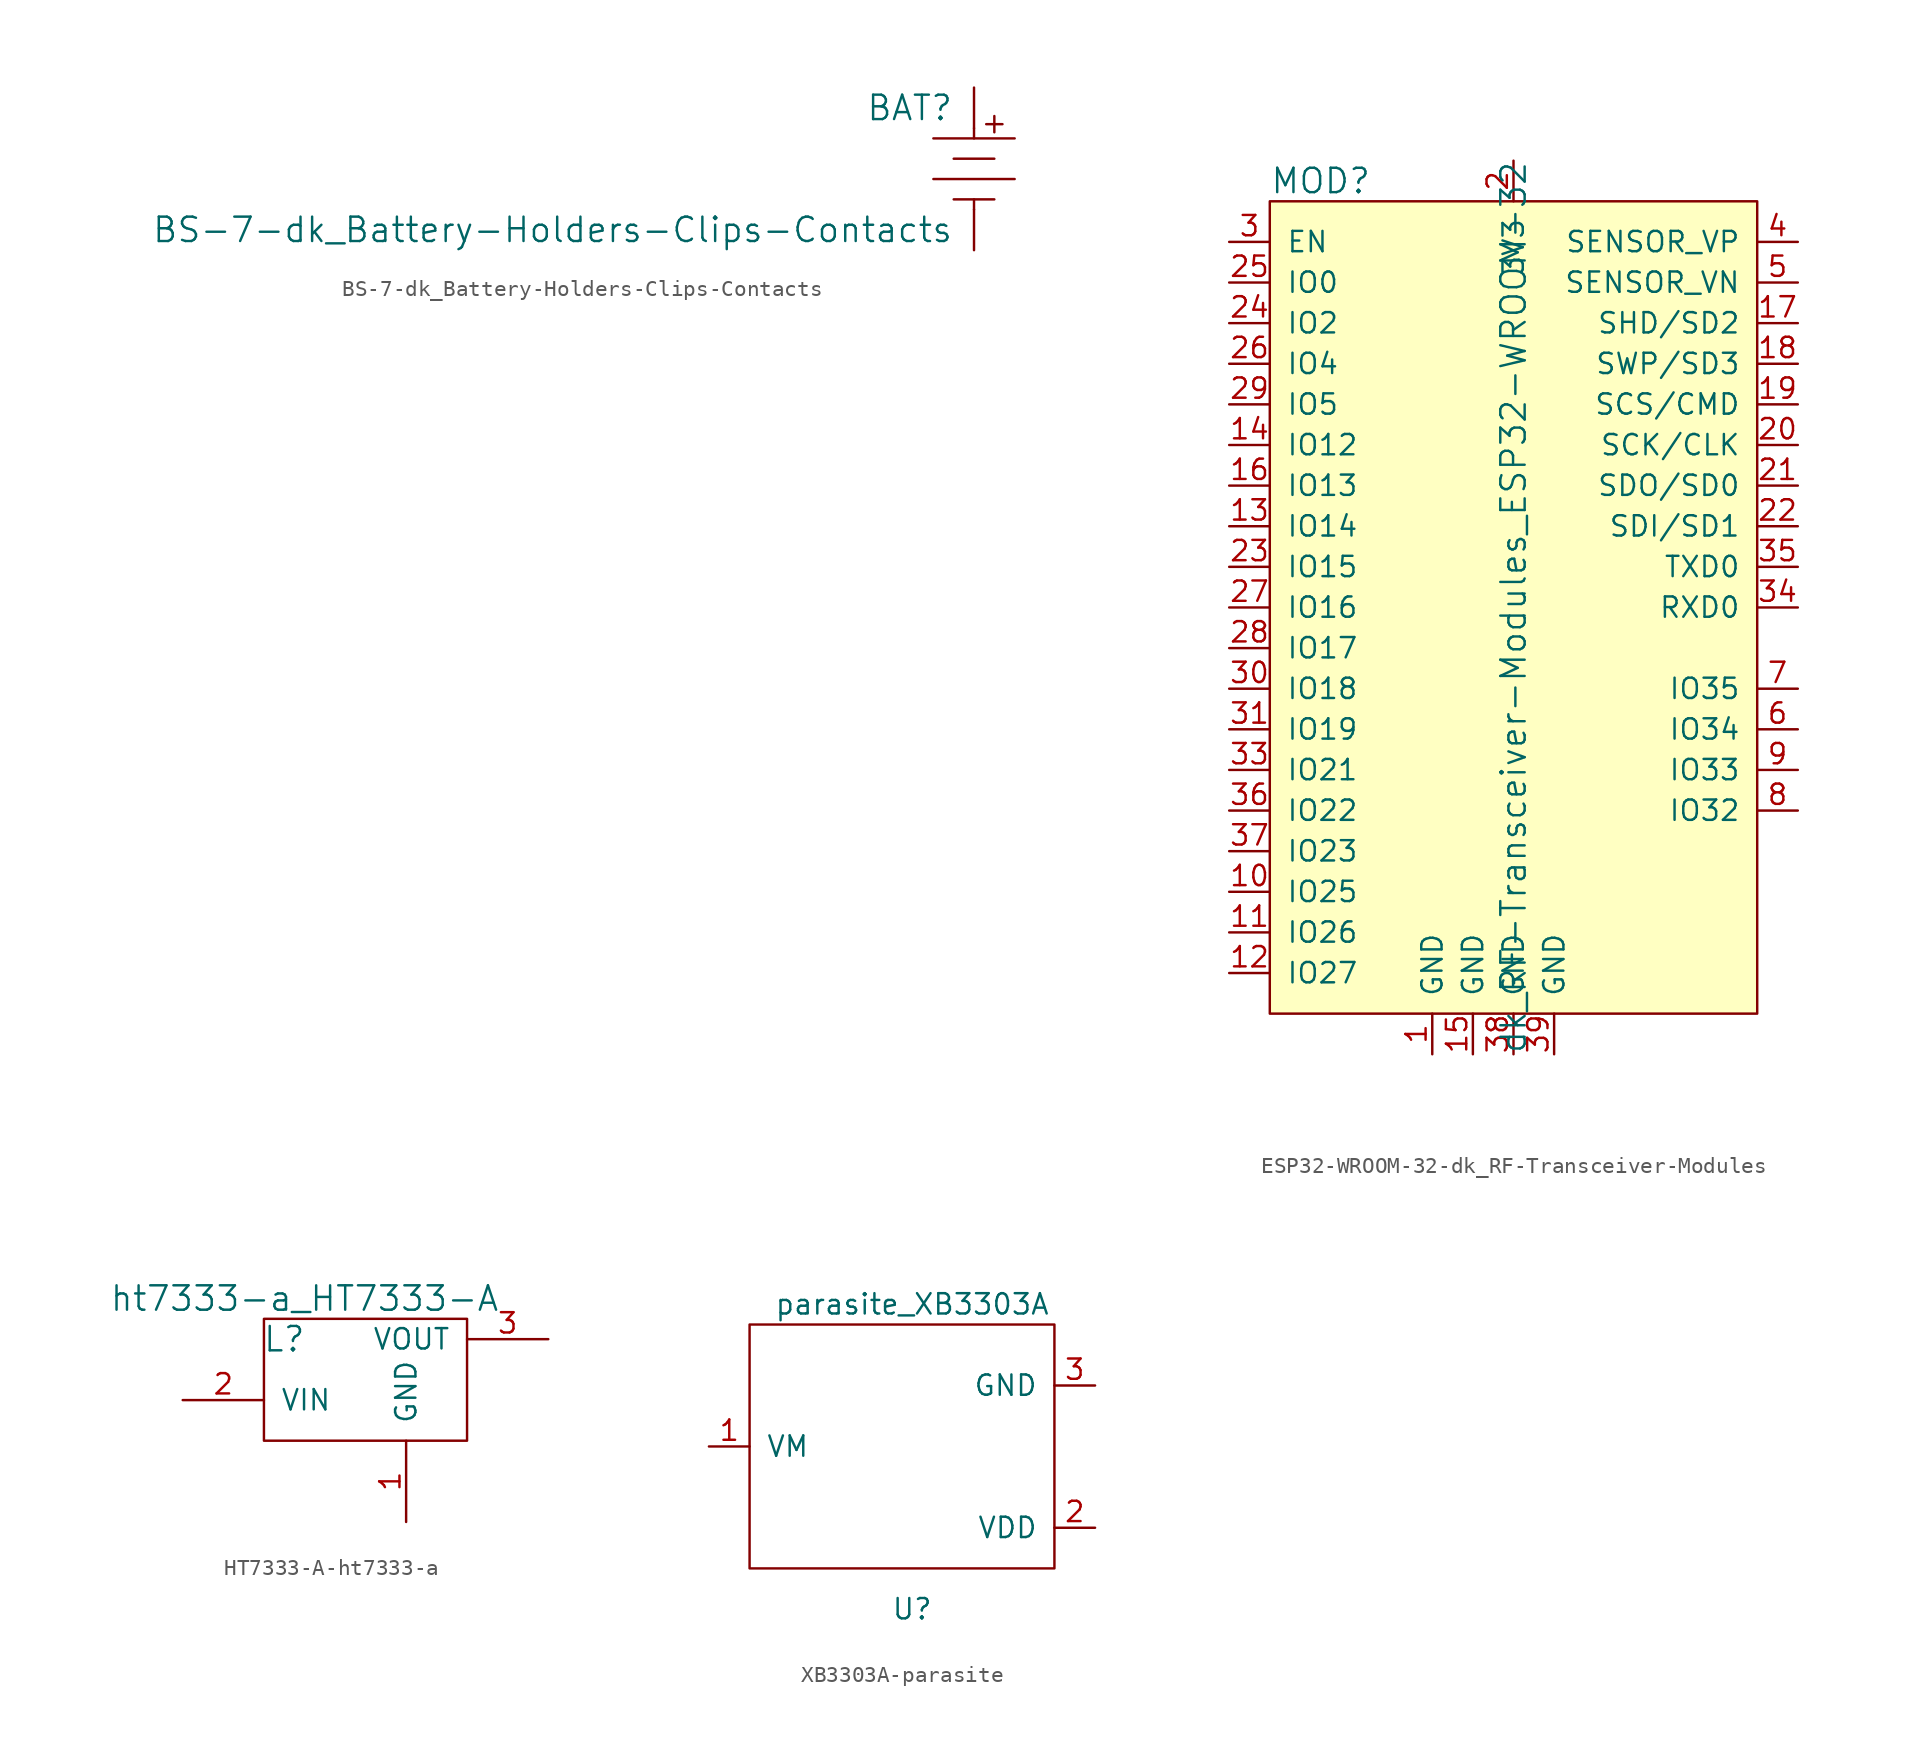
<source format=kicad_sym>
(kicad_symbol_lib
  (version 20220914)
  (generator kicad_symbol_editor)
  (symbol "BS-7-dk_Battery-Holders-Clips-Contacts"
    (pin_numbers hide)
    (pin_names
      (offset 1.016))
    (property "Reference" "BAT"
      (at -1.27 3.81 0)
      (effects (font (size 1.524 1.524)) (justify right)))
    (property "Value" "BS-7-dk_Battery-Holders-Clips-Contacts"
      (at -1.27 -3.81 0)
      (effects (font (size 1.524 1.524)) (justify right)))
    (symbol "BS-7-dk_Battery-Holders-Clips-Contacts_1_1"
      (polyline (pts (xy 0 -2.54) (xy 0 -1.905)) (stroke (width 0) (type solid)) (fill (type none)))
      (polyline (pts (xy 0 1.905) (xy 0 2.54)) (stroke (width 0) (type solid)) (fill (type none)))
      (polyline (pts (xy 1.27 -1.905) (xy -1.27 -1.905)) (stroke (width 0) (type solid)) (fill (type none)))
      (polyline (pts (xy 1.27 0.635) (xy -1.27 0.635)) (stroke (width 0) (type solid)) (fill (type none)))
      (polyline (pts (xy 1.27 2.286) (xy 1.27 3.302)) (stroke (width 0) (type solid)) (fill (type none)))
      (polyline (pts (xy 1.778 2.794) (xy 0.762 2.794)) (stroke (width 0) (type solid)) (fill (type none)))
      (polyline (pts (xy 2.54 -0.635) (xy -2.54 -0.635)) (stroke (width 0) (type solid)) (fill (type none)))
      (polyline (pts (xy 2.54 1.905) (xy -2.54 1.905)) (stroke (width 0) (type solid)) (fill (type none)))
      (pin power_out line (at 0 -5.08 90) (length 2.54) (name "~" (effects (font (size 1.27 1.27)))) (number "Neg" (effects (font (size 1.27 1.27)))))
      (pin power_out line (at 0 5.08 270) (length 2.54) (name "~" (effects (font (size 1.27 1.27)))) (number "Pos" (effects (font (size 1.27 1.27)))))))
  (symbol "ESP32-WROOM-32-dk_RF-Transceiver-Modules"
    (pin_names
      (offset 1.016))
    (property "Reference" "MOD"
      (at -10.16 1.27 0)
      (effects (font (size 1.524 1.524)) (justify left)))
    (property "Value" "dk_RF-Transceiver-Modules_ESP32-WROOM-32"
      (at 5.08 -25.4 90)
      (effects (font (size 1.524 1.524))))
    (symbol "ESP32-WROOM-32-dk_RF-Transceiver-Modules_0_1"
      (rectangle (start -10.16 0) (end 20.32 -50.8) (stroke (width 0) (type solid)) (fill (type background))))
    (symbol "ESP32-WROOM-32-dk_RF-Transceiver-Modules_1_1"
      (pin power_in line (at 0 -53.34 90) (length 2.54) (name "GND" (effects (font (size 1.27 1.27)))) (number "1" (effects (font (size 1.27 1.27)))))
      (pin bidirectional line (at -12.7 -43.18 0) (length 2.54) (name "IO25" (effects (font (size 1.27 1.27)))) (number "10" (effects (font (size 1.27 1.27)))))
      (pin bidirectional line (at -12.7 -45.72 0) (length 2.54) (name "IO26" (effects (font (size 1.27 1.27)))) (number "11" (effects (font (size 1.27 1.27)))))
      (pin bidirectional line (at -12.7 -48.26 0) (length 2.54) (name "IO27" (effects (font (size 1.27 1.27)))) (number "12" (effects (font (size 1.27 1.27)))))
      (pin bidirectional line (at -12.7 -20.32 0) (length 2.54) (name "IO14" (effects (font (size 1.27 1.27)))) (number "13" (effects (font (size 1.27 1.27)))))
      (pin bidirectional line (at -12.7 -15.24 0) (length 2.54) (name "IO12" (effects (font (size 1.27 1.27)))) (number "14" (effects (font (size 1.27 1.27)))))
      (pin power_in line (at 2.54 -53.34 90) (length 2.54) (name "GND" (effects (font (size 1.27 1.27)))) (number "15" (effects (font (size 1.27 1.27)))))
      (pin bidirectional line (at -12.7 -17.78 0) (length 2.54) (name "IO13" (effects (font (size 1.27 1.27)))) (number "16" (effects (font (size 1.27 1.27)))))
      (pin bidirectional line (at 22.86 -7.62 180) (length 2.54) (name "SHD/SD2" (effects (font (size 1.27 1.27)))) (number "17" (effects (font (size 1.27 1.27)))))
      (pin bidirectional line (at 22.86 -10.16 180) (length 2.54) (name "SWP/SD3" (effects (font (size 1.27 1.27)))) (number "18" (effects (font (size 1.27 1.27)))))
      (pin bidirectional line (at 22.86 -12.7 180) (length 2.54) (name "SCS/CMD" (effects (font (size 1.27 1.27)))) (number "19" (effects (font (size 1.27 1.27)))))
      (pin power_in line (at 5.08 2.54 270) (length 2.54) (name "3V3" (effects (font (size 1.27 1.27)))) (number "2" (effects (font (size 1.27 1.27)))))
      (pin bidirectional line (at 22.86 -15.24 180) (length 2.54) (name "SCK/CLK" (effects (font (size 1.27 1.27)))) (number "20" (effects (font (size 1.27 1.27)))))
      (pin bidirectional line (at 22.86 -17.78 180) (length 2.54) (name "SDO/SD0" (effects (font (size 1.27 1.27)))) (number "21" (effects (font (size 1.27 1.27)))))
      (pin bidirectional line (at 22.86 -20.32 180) (length 2.54) (name "SDI/SD1" (effects (font (size 1.27 1.27)))) (number "22" (effects (font (size 1.27 1.27)))))
      (pin bidirectional line (at -12.7 -22.86 0) (length 2.54) (name "IO15" (effects (font (size 1.27 1.27)))) (number "23" (effects (font (size 1.27 1.27)))))
      (pin bidirectional line (at -12.7 -7.62 0) (length 2.54) (name "IO2" (effects (font (size 1.27 1.27)))) (number "24" (effects (font (size 1.27 1.27)))))
      (pin bidirectional line (at -12.7 -5.08 0) (length 2.54) (name "IO0" (effects (font (size 1.27 1.27)))) (number "25" (effects (font (size 1.27 1.27)))))
      (pin bidirectional line (at -12.7 -10.16 0) (length 2.54) (name "IO4" (effects (font (size 1.27 1.27)))) (number "26" (effects (font (size 1.27 1.27)))))
      (pin bidirectional line (at -12.7 -25.4 0) (length 2.54) (name "IO16" (effects (font (size 1.27 1.27)))) (number "27" (effects (font (size 1.27 1.27)))))
      (pin bidirectional line (at -12.7 -27.94 0) (length 2.54) (name "IO17" (effects (font (size 1.27 1.27)))) (number "28" (effects (font (size 1.27 1.27)))))
      (pin bidirectional line (at -12.7 -12.7 0) (length 2.54) (name "IO5" (effects (font (size 1.27 1.27)))) (number "29" (effects (font (size 1.27 1.27)))))
      (pin input line (at -12.7 -2.54 0) (length 2.54) (name "EN" (effects (font (size 1.27 1.27)))) (number "3" (effects (font (size 1.27 1.27)))))
      (pin bidirectional line (at -12.7 -30.48 0) (length 2.54) (name "IO18" (effects (font (size 1.27 1.27)))) (number "30" (effects (font (size 1.27 1.27)))))
      (pin bidirectional line (at -12.7 -33.02 0) (length 2.54) (name "IO19" (effects (font (size 1.27 1.27)))) (number "31" (effects (font (size 1.27 1.27)))))
      (pin no_connect line (at 20.32 -43.18 180) (length 2.54) hide (name "NC" (effects (font (size 1.27 1.27)))) (number "32" (effects (font (size 1.27 1.27)))))
      (pin bidirectional line (at -12.7 -35.56 0) (length 2.54) (name "IO21" (effects (font (size 1.27 1.27)))) (number "33" (effects (font (size 1.27 1.27)))))
      (pin bidirectional line (at 22.86 -25.4 180) (length 2.54) (name "RXD0" (effects (font (size 1.27 1.27)))) (number "34" (effects (font (size 1.27 1.27)))))
      (pin bidirectional line (at 22.86 -22.86 180) (length 2.54) (name "TXD0" (effects (font (size 1.27 1.27)))) (number "35" (effects (font (size 1.27 1.27)))))
      (pin bidirectional line (at -12.7 -38.1 0) (length 2.54) (name "IO22" (effects (font (size 1.27 1.27)))) (number "36" (effects (font (size 1.27 1.27)))))
      (pin bidirectional line (at -12.7 -40.64 0) (length 2.54) (name "IO23" (effects (font (size 1.27 1.27)))) (number "37" (effects (font (size 1.27 1.27)))))
      (pin power_in line (at 5.08 -53.34 90) (length 2.54) (name "GND" (effects (font (size 1.27 1.27)))) (number "38" (effects (font (size 1.27 1.27)))))
      (pin power_in line (at 7.62 -53.34 90) (length 2.54) (name "GND" (effects (font (size 1.27 1.27)))) (number "39" (effects (font (size 1.27 1.27)))))
      (pin input line (at 22.86 -2.54 180) (length 2.54) (name "SENSOR_VP" (effects (font (size 1.27 1.27)))) (number "4" (effects (font (size 1.27 1.27)))))
      (pin input line (at 22.86 -5.08 180) (length 2.54) (name "SENSOR_VN" (effects (font (size 1.27 1.27)))) (number "5" (effects (font (size 1.27 1.27)))))
      (pin bidirectional line (at 22.86 -33.02 180) (length 2.54) (name "IO34" (effects (font (size 1.27 1.27)))) (number "6" (effects (font (size 1.27 1.27)))))
      (pin bidirectional line (at 22.86 -30.48 180) (length 2.54) (name "IO35" (effects (font (size 1.27 1.27)))) (number "7" (effects (font (size 1.27 1.27)))))
      (pin bidirectional line (at 22.86 -38.1 180) (length 2.54) (name "IO32" (effects (font (size 1.27 1.27)))) (number "8" (effects (font (size 1.27 1.27)))))
      (pin bidirectional line (at 22.86 -35.56 180) (length 2.54) (name "IO33" (effects (font (size 1.27 1.27)))) (number "9" (effects (font (size 1.27 1.27)))))))
  (symbol "HT7333-A-ht7333-a"
    (pin_names
      (offset 1.016))
    (property "Reference" "L"
      (at -3.81 3.81 0)
      (effects (font (size 1.524 1.524))))
    (property "Value" "ht7333-a_HT7333-A"
      (at -2.54 6.35 0)
      (effects (font (size 1.524 1.524))))
    (property "Footprint" ""
      (at 0 0 0)
      (effects (font (size 1.524 1.524))))
    (property "Datasheet" ""
      (at 0 0 0)
      (effects (font (size 1.524 1.524))))
    (symbol "HT7333-A-ht7333-a_0_1"
      (rectangle (start -5.08 -2.54) (end 7.62 5.08) (stroke (width 0) (type solid)) (fill (type none))))
    (symbol "HT7333-A-ht7333-a_1_1"
      (pin input line (at 3.81 -7.62 90) (length 5.08) (name "GND" (effects (font (size 1.27 1.27)))) (number "1" (effects (font (size 1.27 1.27)))))
      (pin input line (at -10.16 0 0) (length 5.08) (name "VIN" (effects (font (size 1.27 1.27)))) (number "2" (effects (font (size 1.27 1.27)))))
      (pin input line (at 12.7 3.81 180) (length 5.08) (name "VOUT" (effects (font (size 1.27 1.27)))) (number "3" (effects (font (size 1.27 1.27)))))))
  (symbol "XB3303A-parasite"
    (pin_names
      (offset 1.016))
    (property "Reference" "U"
      (at 0 -10.16 0)
      (effects (font (size 1.27 1.27))))
    (property "Value" "parasite_XB3303A"
      (at 0 8.89 0)
      (effects (font (size 1.27 1.27))))
    (symbol "XB3303A-parasite_0_1"
      (rectangle (start -10.16 7.62) (end 8.89 -7.62) (stroke (width 0) (type solid)) (fill (type none))))
    (symbol "XB3303A-parasite_1_1"
      (pin power_out line (at -12.7 0 0) (length 2.54) (name "VM" (effects (font (size 1.27 1.27)))) (number "1" (effects (font (size 1.27 1.27)))))
      (pin passive line (at 11.43 -5.08 180) (length 2.54) (name "VDD" (effects (font (size 1.27 1.27)))) (number "2" (effects (font (size 1.27 1.27)))))
      (pin passive line (at 11.43 3.81 180) (length 2.54) (name "GND" (effects (font (size 1.27 1.27)))) (number "3" (effects (font (size 1.27 1.27))))))))
</source>
